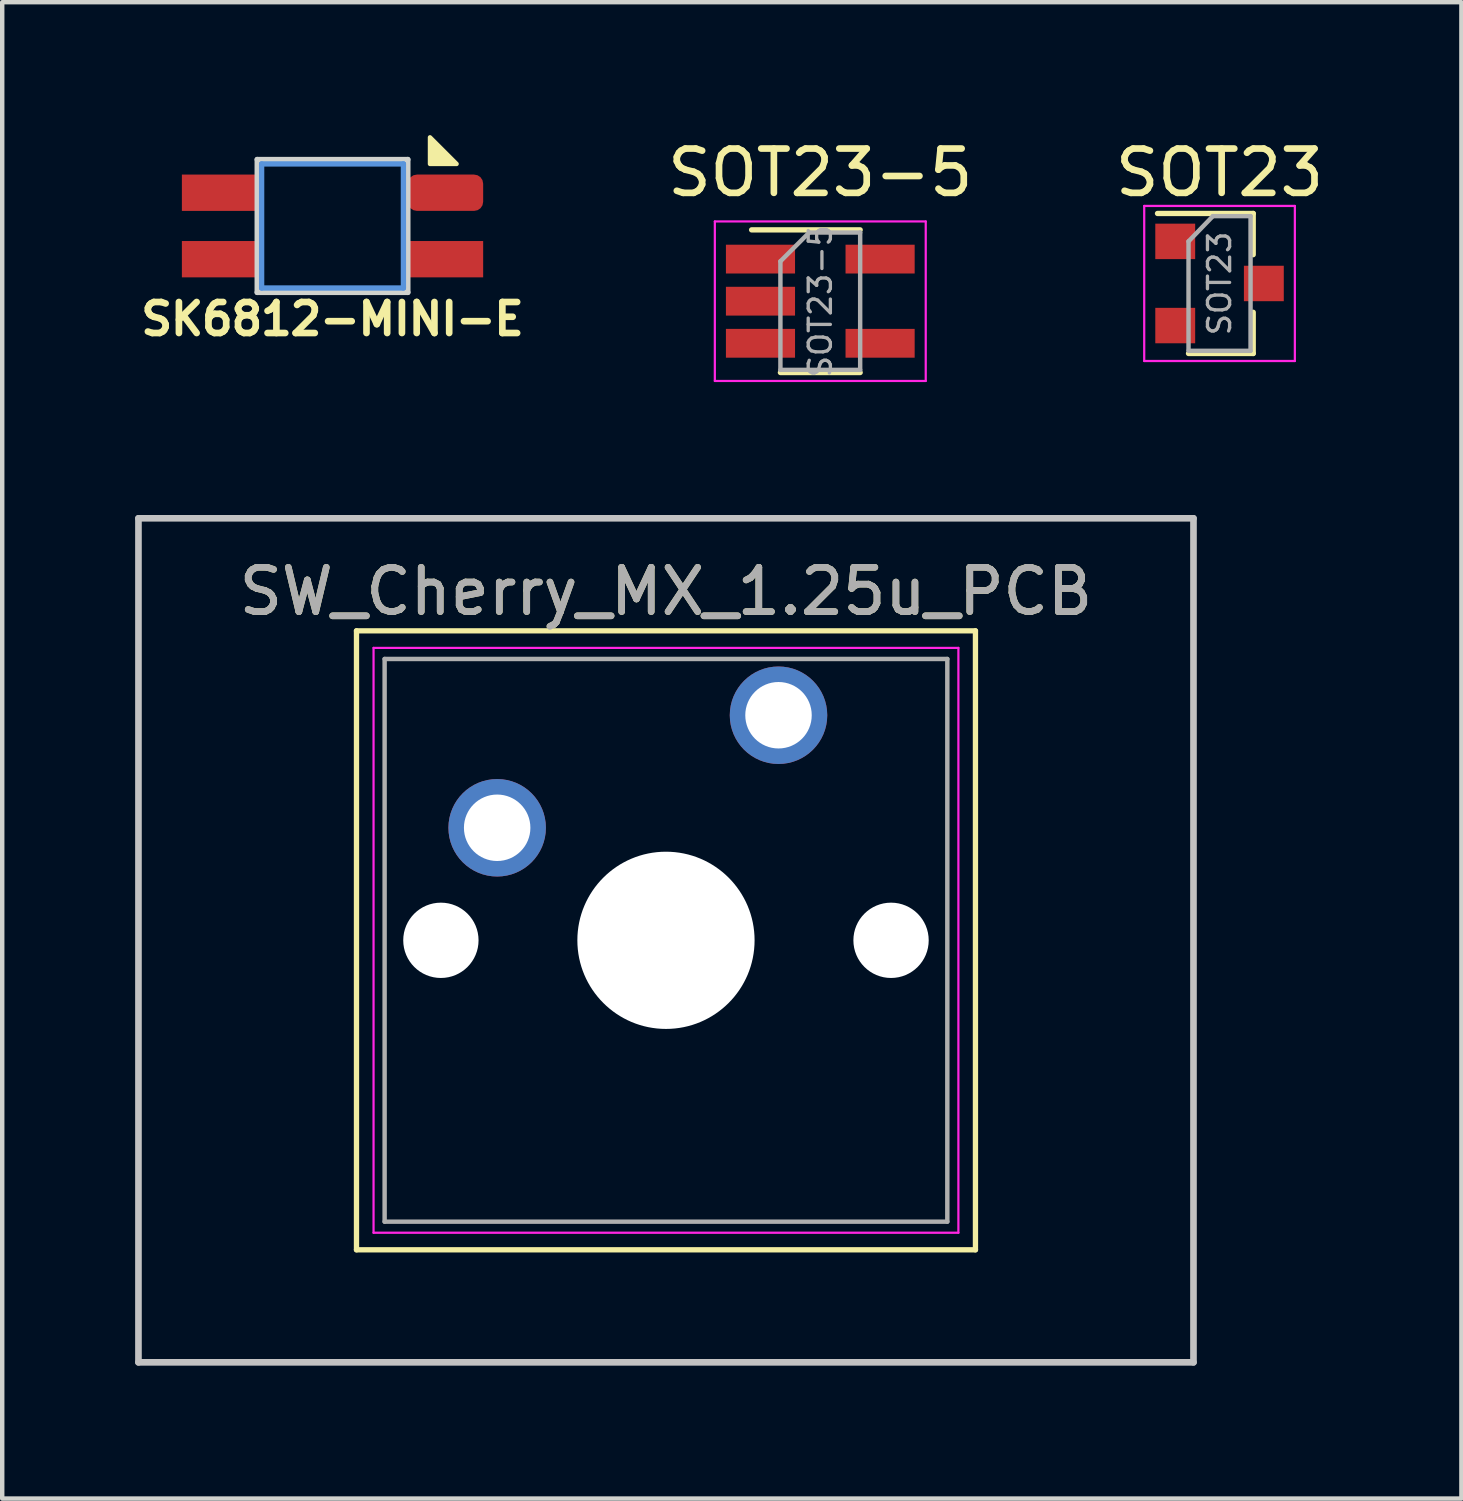
<source format=kicad_pcb>
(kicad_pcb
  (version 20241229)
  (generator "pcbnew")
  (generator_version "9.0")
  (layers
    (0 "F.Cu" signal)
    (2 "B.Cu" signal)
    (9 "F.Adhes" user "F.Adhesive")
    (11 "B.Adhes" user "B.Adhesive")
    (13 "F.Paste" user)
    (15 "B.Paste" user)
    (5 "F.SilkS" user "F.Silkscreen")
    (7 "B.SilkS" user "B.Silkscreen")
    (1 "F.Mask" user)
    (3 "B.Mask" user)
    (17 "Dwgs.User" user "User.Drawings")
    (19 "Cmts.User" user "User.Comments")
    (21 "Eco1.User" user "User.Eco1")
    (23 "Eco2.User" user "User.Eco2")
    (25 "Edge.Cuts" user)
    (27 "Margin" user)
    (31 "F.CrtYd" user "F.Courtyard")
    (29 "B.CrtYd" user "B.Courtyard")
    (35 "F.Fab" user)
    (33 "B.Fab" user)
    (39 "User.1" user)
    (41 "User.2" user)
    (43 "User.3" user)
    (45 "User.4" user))
  (footprint "SW_Cherry_MX_1.25u_PCB"
    (layer "F.Cu")
    (at 14.521 13.093)
    (property "Reference" "SW_Cherry_MX_1.25u_PCB" (at -2.54 -2.794 0) (layer "F.SilkS") (effects (font (size 1 1) (thickness 0.15))))
    (attr through_hole)
    (fp_line (start -9.525 -1.905) (end 4.445 -1.905) (stroke (width 0.12) (type solid)) (layer "F.SilkS"))
    (fp_line (start -9.525 12.065) (end -9.525 -1.905) (stroke (width 0.12) (type solid)) (layer "F.SilkS"))
    (fp_line (start 4.445 -1.905) (end 4.445 12.065) (stroke (width 0.12) (type solid)) (layer "F.SilkS"))
    (fp_line (start 4.445 12.065) (end -9.525 12.065) (stroke (width 0.12) (type solid)) (layer "F.SilkS"))
    (fp_line (start -14.446 -4.445) (end 9.366 -4.445) (stroke (width 0.15) (type solid)) (layer "Dwgs.User"))
    (fp_line (start -14.446 14.605) (end -14.446 -4.445) (stroke (width 0.15) (type solid)) (layer "Dwgs.User"))
    (fp_line (start 9.366 -4.445) (end 9.366 14.605) (stroke (width 0.15) (type solid)) (layer "Dwgs.User"))
    (fp_line (start 9.366 14.605) (end -14.446 14.605) (stroke (width 0.15) (type solid)) (layer "Dwgs.User"))
    (fp_line (start -9.14 -1.52) (end 4.06 -1.52) (stroke (width 0.05) (type solid)) (layer "F.CrtYd"))
    (fp_line (start -9.14 11.68) (end -9.14 -1.52) (stroke (width 0.05) (type solid)) (layer "F.CrtYd"))
    (fp_line (start 4.06 -1.52) (end 4.06 11.68) (stroke (width 0.05) (type solid)) (layer "F.CrtYd"))
    (fp_line (start 4.06 11.68) (end -9.14 11.68) (stroke (width 0.05) (type solid)) (layer "F.CrtYd"))
    (fp_line (start -8.89 -1.27) (end 3.81 -1.27) (stroke (width 0.1) (type solid)) (layer "F.Fab"))
    (fp_line (start -8.89 11.43) (end -8.89 -1.27) (stroke (width 0.1) (type solid)) (layer "F.Fab"))
    (fp_line (start 3.81 -1.27) (end 3.81 11.43) (stroke (width 0.1) (type solid)) (layer "F.Fab"))
    (fp_line (start 3.81 11.43) (end -8.89 11.43) (stroke (width 0.1) (type solid)) (layer "F.Fab"))
    (fp_text user "${REFERENCE}" (at -2.54 -2.794 0) (layer "F.Fab") (effects (font (size 1 1) (thickness 0.15))))
    (pad "" np_thru_hole circle (at -7.62 5.08) (size 1.7 1.7) (drill 1.7) (layers "*.Cu" "*.Mask"))
    (pad "" np_thru_hole circle (at -2.54 5.08) (size 4 4) (drill 4) (layers "*.Cu" "*.Mask"))
    (pad "" np_thru_hole circle (at 2.54 5.08) (size 1.7 1.7) (drill 1.7) (layers "*.Cu" "*.Mask"))
    (pad "1" thru_hole circle (at 0 0) (size 2.2 2.2) (drill 1.5) (layers "*.Cu" "*.Mask"))
    (pad "2" thru_hole circle (at -6.35 2.54) (size 2.2 2.2) (drill 1.5) (layers "*.Cu" "*.Mask")))
  (footprint "SK6812-MINI-E"
    (layer "F.Cu")
    (at 4.455 2.05)
    (property "Reference" "SK6812-MINI-E" (at 0 2.1 0) (unlocked yes) (layer "F.SilkS") (effects (font (size 0.7 0.7) (thickness 0.15))))
    (attr through_hole)
    (fp_poly (pts (xy 2.8 -1.4) (xy 2.2 -1.4) (xy 2.2 -2)) (stroke (width 0.1) (type solid)) (fill yes) (layer "F.SilkS"))
    (fp_line (start -1.6 -1.4) (end 1.6 -1.4) (stroke (width 0.12) (type solid)) (layer "Cmts.User"))
    (fp_line (start -1.6 1.4) (end -1.6 -1.4) (stroke (width 0.12) (type solid)) (layer "Cmts.User"))
    (fp_line (start 1.6 -1.4) (end 1.6 1.4) (stroke (width 0.12) (type solid)) (layer "Cmts.User"))
    (fp_line (start 1.6 1.4) (end -1.6 1.4) (stroke (width 0.12) (type solid)) (layer "Cmts.User"))
    (fp_line (start -1.7 -1.5) (end 1.7 -1.5) (stroke (width 0.12) (type solid)) (layer "Edge.Cuts"))
    (fp_line (start -1.7 1.5) (end -1.7 -1.5) (stroke (width 0.12) (type solid)) (layer "Edge.Cuts"))
    (fp_line (start 1.7 -1.5) (end 1.7 1.5) (stroke (width 0.12) (type solid)) (layer "Edge.Cuts"))
    (fp_line (start 1.7 1.5) (end -1.7 1.5) (stroke (width 0.12) (type solid)) (layer "Edge.Cuts"))
    (pad "1" smd rect (at -2.55 0.75) (size 1.7 0.82) (layers "F.Cu" "F.Mask" "F.Paste"))
    (pad "2" smd rect (at -2.55 -0.75) (size 1.7 0.82) (layers "F.Cu" "F.Mask" "F.Paste"))
    (pad "3" smd roundrect (at 2.55 -0.75) (size 1.7 0.82) (layers "F.Cu" "F.Mask" "F.Paste") (roundrect_rratio 0.25))
    (pad "4" smd rect (at 2.55 0.75) (size 1.7 0.82) (layers "F.Cu" "F.Mask" "F.Paste")))
  (footprint "SOT23"
    (layer "F.Cu")
    (at 24.475 3.348)
    (property "Reference" "SOT23" (at 0 -2.5 0) (layer "F.SilkS") (effects (font (size 1 1) (thickness 0.15))))
    (attr smd)
    (fp_line (start 0.76 -1.58) (end -1.4 -1.58) (stroke (width 0.12) (type solid)) (layer "F.SilkS"))
    (fp_line (start 0.76 -1.58) (end 0.76 -0.65) (stroke (width 0.12) (type solid)) (layer "F.SilkS"))
    (fp_line (start 0.76 1.58) (end -0.7 1.58) (stroke (width 0.12) (type solid)) (layer "F.SilkS"))
    (fp_line (start 0.76 1.58) (end 0.76 0.65) (stroke (width 0.12) (type solid)) (layer "F.SilkS"))
    (fp_line (start -1.7 -1.75) (end 1.7 -1.75) (stroke (width 0.05) (type solid)) (layer "F.CrtYd"))
    (fp_line (start -1.7 1.75) (end -1.7 -1.75) (stroke (width 0.05) (type solid)) (layer "F.CrtYd"))
    (fp_line (start 1.7 -1.75) (end 1.7 1.75) (stroke (width 0.05) (type solid)) (layer "F.CrtYd"))
    (fp_line (start 1.7 1.75) (end -1.7 1.75) (stroke (width 0.05) (type solid)) (layer "F.CrtYd"))
    (fp_line (start -0.7 -0.95) (end -0.7 1.5) (stroke (width 0.1) (type solid)) (layer "F.Fab"))
    (fp_line (start -0.7 -0.95) (end -0.15 -1.52) (stroke (width 0.1) (type solid)) (layer "F.Fab"))
    (fp_line (start -0.7 1.52) (end 0.7 1.52) (stroke (width 0.1) (type solid)) (layer "F.Fab"))
    (fp_line (start -0.15 -1.52) (end 0.7 -1.52) (stroke (width 0.1) (type solid)) (layer "F.Fab"))
    (fp_line (start 0.7 -1.52) (end 0.7 1.52) (stroke (width 0.1) (type solid)) (layer "F.Fab"))
    (fp_text user "${REFERENCE}" (at 0 0 90) (layer "F.Fab") (effects (font (size 0.5 0.5) (thickness 0.075))))
    (pad "1" smd rect (at -1 -0.95) (size 0.9 0.8) (layers "F.Cu" "F.Mask" "F.Paste"))
    (pad "2" smd rect (at -1 0.95) (size 0.9 0.8) (layers "F.Cu" "F.Mask" "F.Paste"))
    (pad "3" smd rect (at 1 0) (size 0.9 0.8) (layers "F.Cu" "F.Mask" "F.Paste")))
  (footprint "SOT23-5"
    (layer "F.Cu")
    (at 15.464 3.748)
    (property "Reference" "SOT23-5" (at 0 -2.9 0) (layer "F.SilkS") (effects (font (size 1 1) (thickness 0.15))))
    (attr smd)
    (fp_line (start -0.9 1.61) (end 0.9 1.61) (stroke (width 0.12) (type solid)) (layer "F.SilkS"))
    (fp_line (start 0.9 -1.61) (end -1.55 -1.61) (stroke (width 0.12) (type solid)) (layer "F.SilkS"))
    (fp_line (start -2.38 -1.8) (end -2.38 1.8) (stroke (width 0.05) (type solid)) (layer "F.CrtYd"))
    (fp_line (start -2.38 -1.8) (end 2.38 -1.8) (stroke (width 0.05) (type solid)) (layer "F.CrtYd"))
    (fp_line (start 2.38 1.8) (end -2.38 1.8) (stroke (width 0.05) (type solid)) (layer "F.CrtYd"))
    (fp_line (start 2.38 1.8) (end 2.38 -1.8) (stroke (width 0.05) (type solid)) (layer "F.CrtYd"))
    (fp_line (start -0.9 -0.9) (end -0.9 1.55) (stroke (width 0.1) (type solid)) (layer "F.Fab"))
    (fp_line (start -0.9 -0.9) (end -0.25 -1.55) (stroke (width 0.1) (type solid)) (layer "F.Fab"))
    (fp_line (start 0.9 -1.55) (end -0.25 -1.55) (stroke (width 0.1) (type solid)) (layer "F.Fab"))
    (fp_line (start 0.9 -1.55) (end 0.9 1.55) (stroke (width 0.1) (type solid)) (layer "F.Fab"))
    (fp_line (start 0.9 1.55) (end -0.9 1.55) (stroke (width 0.1) (type solid)) (layer "F.Fab"))
    (fp_text user "${REFERENCE}" (at 0 0 90) (layer "F.Fab") (effects (font (size 0.5 0.5) (thickness 0.075))))
    (pad "1" smd rect (at -1.35 -0.95) (size 1.56 0.65) (layers "F.Cu" "F.Mask" "F.Paste"))
    (pad "2" smd rect (at -1.35 0) (size 1.56 0.65) (layers "F.Cu" "F.Mask" "F.Paste"))
    (pad "3" smd rect (at -1.35 0.95) (size 1.56 0.65) (layers "F.Cu" "F.Mask" "F.Paste"))
    (pad "4" smd rect (at 1.35 0.95) (size 1.56 0.65) (layers "F.Cu" "F.Mask" "F.Paste"))
    (pad "5" smd rect (at 1.35 -0.95) (size 1.56 0.65) (layers "F.Cu" "F.Mask" "F.Paste")))
  (gr_rect
    (start -3 -3)
    (end 29.934 30.773)
    (stroke (width 0.1) (type default))
    (fill no)
    (layer "Edge.Cuts")))
</source>
